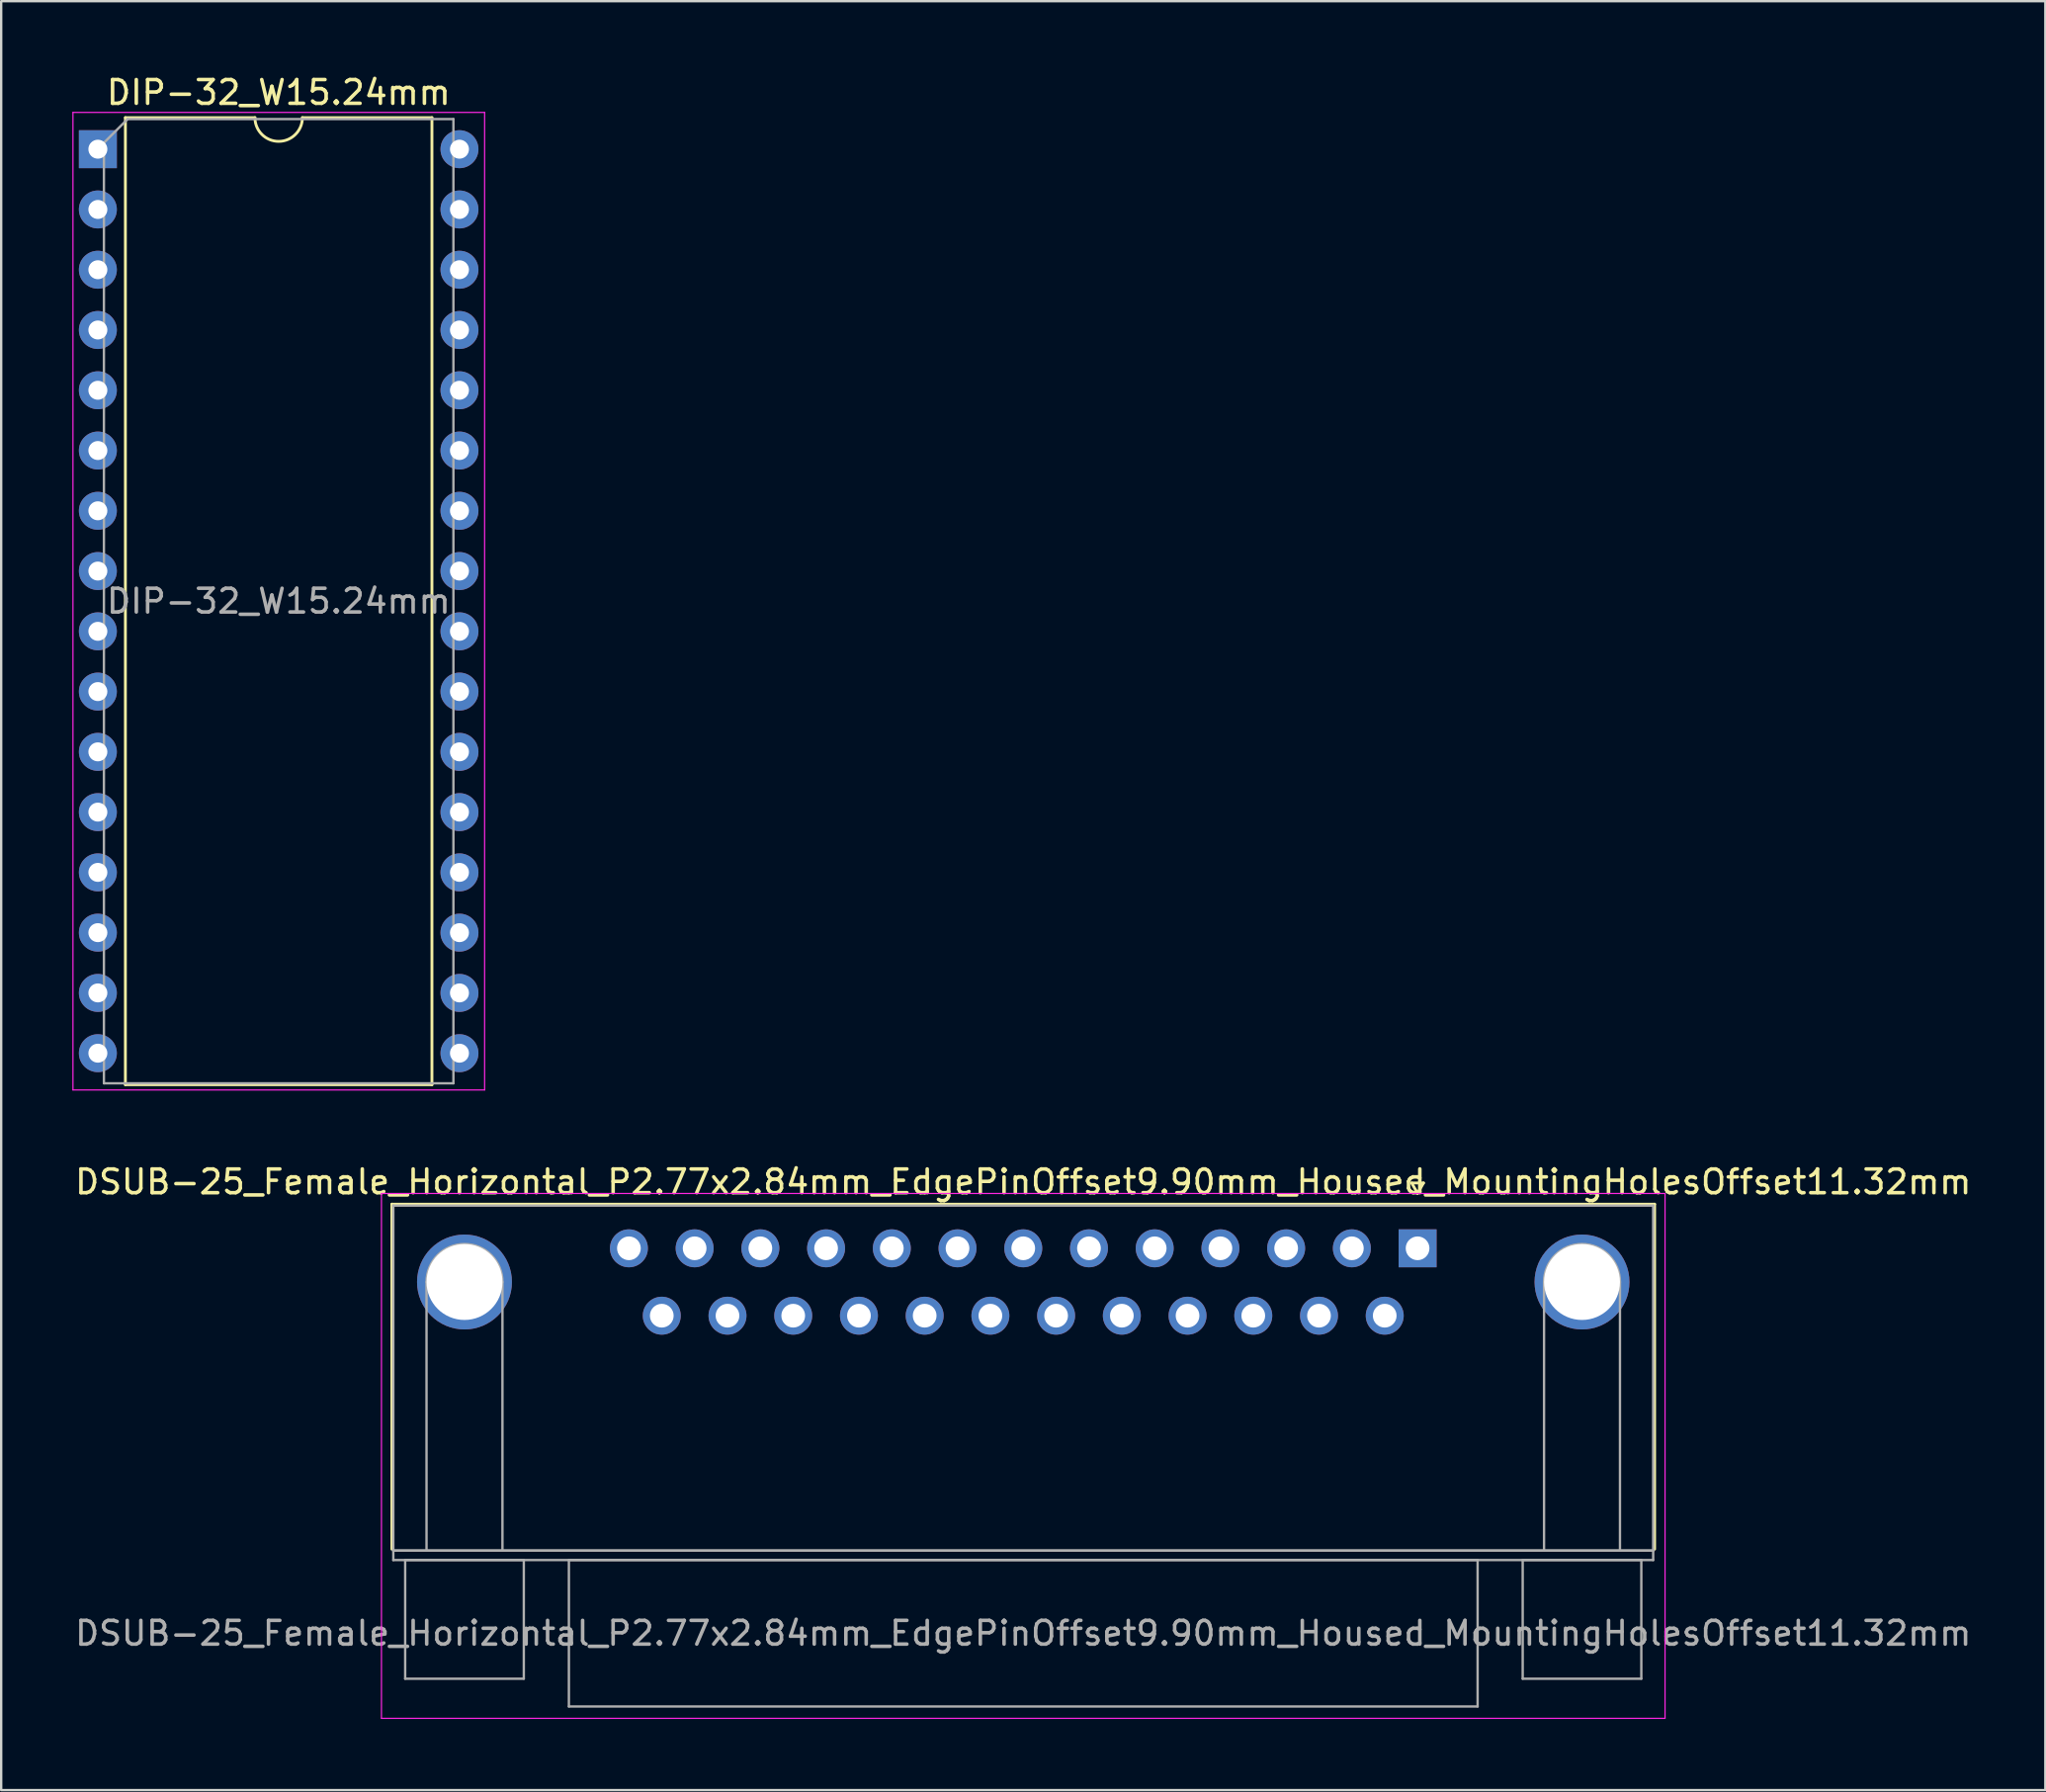
<source format=kicad_pcb>
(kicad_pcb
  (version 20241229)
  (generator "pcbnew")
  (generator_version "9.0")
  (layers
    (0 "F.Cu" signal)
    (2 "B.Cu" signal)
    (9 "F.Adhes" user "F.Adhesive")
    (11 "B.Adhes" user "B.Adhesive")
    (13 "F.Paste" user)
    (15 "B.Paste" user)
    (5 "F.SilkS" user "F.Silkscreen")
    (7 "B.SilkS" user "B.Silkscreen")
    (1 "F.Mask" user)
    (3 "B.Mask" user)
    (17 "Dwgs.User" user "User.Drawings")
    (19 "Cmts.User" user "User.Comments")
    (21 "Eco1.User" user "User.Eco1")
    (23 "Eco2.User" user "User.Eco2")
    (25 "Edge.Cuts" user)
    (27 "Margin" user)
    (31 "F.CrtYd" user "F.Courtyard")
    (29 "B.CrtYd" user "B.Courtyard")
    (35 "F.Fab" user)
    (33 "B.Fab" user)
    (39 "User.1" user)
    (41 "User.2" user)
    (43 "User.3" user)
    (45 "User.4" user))
  (footprint "DSUB-25_Female_Horizontal_P2.77x2.84mm_EdgePinOffset9.90mm_Housed_MountingHolesOffset11.32mm"
    (layer "F.Cu")
    (at 56.697 49.562)
    (property "Reference" "DSUB-25_Female_Horizontal_P2.77x2.84mm_EdgePinOffset9.90mm_Housed_MountingHolesOffset11.32mm" (at -16.62 -2.8 0) (layer "F.SilkS") (effects (font (size 1 1) (thickness 0.15))))
    (attr through_hole)
    (fp_line (start -43.23 -1.86) (end 9.99 -1.86) (stroke (width 0.12) (type solid)) (layer "F.SilkS"))
    (fp_line (start -43.23 12.68) (end -43.23 -1.86) (stroke (width 0.12) (type solid)) (layer "F.SilkS"))
    (fp_line (start -0.25 -2.754) (end 0.25 -2.754) (stroke (width 0.12) (type solid)) (layer "F.SilkS"))
    (fp_line (start 0 -2.321) (end -0.25 -2.754) (stroke (width 0.12) (type solid)) (layer "F.SilkS"))
    (fp_line (start 0.25 -2.754) (end 0 -2.321) (stroke (width 0.12) (type solid)) (layer "F.SilkS"))
    (fp_line (start 9.99 -1.86) (end 9.99 12.68) (stroke (width 0.12) (type solid)) (layer "F.SilkS"))
    (fp_line (start -43.67 -2.31) (end -43.67 19.81) (stroke (width 0.05) (type solid)) (layer "F.CrtYd"))
    (fp_line (start -43.67 19.81) (end 10.43 19.81) (stroke (width 0.05) (type solid)) (layer "F.CrtYd"))
    (fp_line (start 10.43 -2.31) (end -43.67 -2.31) (stroke (width 0.05) (type solid)) (layer "F.CrtYd"))
    (fp_line (start 10.43 19.81) (end 10.43 -2.31) (stroke (width 0.05) (type solid)) (layer "F.CrtYd"))
    (fp_line (start -43.17 -1.8) (end -43.17 12.74) (stroke (width 0.1) (type solid)) (layer "F.Fab"))
    (fp_line (start -43.17 12.74) (end -43.17 13.14) (stroke (width 0.1) (type solid)) (layer "F.Fab"))
    (fp_line (start -43.17 12.74) (end 9.93 12.74) (stroke (width 0.1) (type solid)) (layer "F.Fab"))
    (fp_line (start -43.17 13.14) (end 9.93 13.14) (stroke (width 0.1) (type solid)) (layer "F.Fab"))
    (fp_line (start -42.67 13.14) (end -42.67 18.14) (stroke (width 0.1) (type solid)) (layer "F.Fab"))
    (fp_line (start -42.67 18.14) (end -37.67 18.14) (stroke (width 0.1) (type solid)) (layer "F.Fab"))
    (fp_line (start -41.77 12.74) (end -41.77 1.42) (stroke (width 0.1) (type solid)) (layer "F.Fab"))
    (fp_line (start -38.57 12.74) (end -38.57 1.42) (stroke (width 0.1) (type solid)) (layer "F.Fab"))
    (fp_line (start -37.67 13.14) (end -42.67 13.14) (stroke (width 0.1) (type solid)) (layer "F.Fab"))
    (fp_line (start -37.67 18.14) (end -37.67 13.14) (stroke (width 0.1) (type solid)) (layer "F.Fab"))
    (fp_line (start -35.77 13.14) (end -35.77 19.31) (stroke (width 0.1) (type solid)) (layer "F.Fab"))
    (fp_line (start -35.77 19.31) (end 2.53 19.31) (stroke (width 0.1) (type solid)) (layer "F.Fab"))
    (fp_line (start 2.53 13.14) (end -35.77 13.14) (stroke (width 0.1) (type solid)) (layer "F.Fab"))
    (fp_line (start 2.53 19.31) (end 2.53 13.14) (stroke (width 0.1) (type solid)) (layer "F.Fab"))
    (fp_line (start 4.43 13.14) (end 4.43 18.14) (stroke (width 0.1) (type solid)) (layer "F.Fab"))
    (fp_line (start 4.43 18.14) (end 9.43 18.14) (stroke (width 0.1) (type solid)) (layer "F.Fab"))
    (fp_line (start 5.33 12.74) (end 5.33 1.42) (stroke (width 0.1) (type solid)) (layer "F.Fab"))
    (fp_line (start 8.53 12.74) (end 8.53 1.42) (stroke (width 0.1) (type solid)) (layer "F.Fab"))
    (fp_line (start 9.43 13.14) (end 4.43 13.14) (stroke (width 0.1) (type solid)) (layer "F.Fab"))
    (fp_line (start 9.43 18.14) (end 9.43 13.14) (stroke (width 0.1) (type solid)) (layer "F.Fab"))
    (fp_line (start 9.93 -1.8) (end -43.17 -1.8) (stroke (width 0.1) (type solid)) (layer "F.Fab"))
    (fp_line (start 9.93 12.74) (end -43.17 12.74) (stroke (width 0.1) (type solid)) (layer "F.Fab"))
    (fp_line (start 9.93 12.74) (end 9.93 -1.8) (stroke (width 0.1) (type solid)) (layer "F.Fab"))
    (fp_line (start 9.93 13.14) (end 9.93 12.74) (stroke (width 0.1) (type solid)) (layer "F.Fab"))
    (fp_arc (start -41.77 1.42) (mid -40.17 -0.18) (end -38.57 1.42) (stroke (width 0.1) (type solid)) (layer "F.Fab"))
    (fp_arc (start 5.33 1.42) (mid 6.93 -0.18) (end 8.53 1.42) (stroke (width 0.1) (type solid)) (layer "F.Fab"))
    (fp_text user "${REFERENCE}" (at -16.62 16.225 0) (layer "F.Fab") (effects (font (size 1 1) (thickness 0.15))))
    (pad "0" thru_hole circle (at -40.17 1.42) (size 4 4) (drill 3.2) (layers "*.Cu" "*.Mask"))
    (pad "0" thru_hole circle (at 6.93 1.42) (size 4 4) (drill 3.2) (layers "*.Cu" "*.Mask"))
    (pad "1" thru_hole rect (at 0 0) (size 1.6 1.6) (drill 1) (layers "*.Cu" "*.Mask"))
    (pad "2" thru_hole circle (at -2.77 0) (size 1.6 1.6) (drill 1) (layers "*.Cu" "*.Mask"))
    (pad "3" thru_hole circle (at -5.54 0) (size 1.6 1.6) (drill 1) (layers "*.Cu" "*.Mask"))
    (pad "4" thru_hole circle (at -8.31 0) (size 1.6 1.6) (drill 1) (layers "*.Cu" "*.Mask"))
    (pad "5" thru_hole circle (at -11.08 0) (size 1.6 1.6) (drill 1) (layers "*.Cu" "*.Mask"))
    (pad "6" thru_hole circle (at -13.85 0) (size 1.6 1.6) (drill 1) (layers "*.Cu" "*.Mask"))
    (pad "7" thru_hole circle (at -16.62 0) (size 1.6 1.6) (drill 1) (layers "*.Cu" "*.Mask"))
    (pad "8" thru_hole circle (at -19.39 0) (size 1.6 1.6) (drill 1) (layers "*.Cu" "*.Mask"))
    (pad "9" thru_hole circle (at -22.16 0) (size 1.6 1.6) (drill 1) (layers "*.Cu" "*.Mask"))
    (pad "10" thru_hole circle (at -24.93 0) (size 1.6 1.6) (drill 1) (layers "*.Cu" "*.Mask"))
    (pad "11" thru_hole circle (at -27.7 0) (size 1.6 1.6) (drill 1) (layers "*.Cu" "*.Mask"))
    (pad "12" thru_hole circle (at -30.47 0) (size 1.6 1.6) (drill 1) (layers "*.Cu" "*.Mask"))
    (pad "13" thru_hole circle (at -33.24 0) (size 1.6 1.6) (drill 1) (layers "*.Cu" "*.Mask"))
    (pad "14" thru_hole circle (at -1.385 2.84) (size 1.6 1.6) (drill 1) (layers "*.Cu" "*.Mask"))
    (pad "15" thru_hole circle (at -4.155 2.84) (size 1.6 1.6) (drill 1) (layers "*.Cu" "*.Mask"))
    (pad "16" thru_hole circle (at -6.925 2.84) (size 1.6 1.6) (drill 1) (layers "*.Cu" "*.Mask"))
    (pad "17" thru_hole circle (at -9.695 2.84) (size 1.6 1.6) (drill 1) (layers "*.Cu" "*.Mask"))
    (pad "18" thru_hole circle (at -12.465 2.84) (size 1.6 1.6) (drill 1) (layers "*.Cu" "*.Mask"))
    (pad "19" thru_hole circle (at -15.235 2.84) (size 1.6 1.6) (drill 1) (layers "*.Cu" "*.Mask"))
    (pad "20" thru_hole circle (at -18.005 2.84) (size 1.6 1.6) (drill 1) (layers "*.Cu" "*.Mask"))
    (pad "21" thru_hole circle (at -20.775 2.84) (size 1.6 1.6) (drill 1) (layers "*.Cu" "*.Mask"))
    (pad "22" thru_hole circle (at -23.545 2.84) (size 1.6 1.6) (drill 1) (layers "*.Cu" "*.Mask"))
    (pad "23" thru_hole circle (at -26.315 2.84) (size 1.6 1.6) (drill 1) (layers "*.Cu" "*.Mask"))
    (pad "24" thru_hole circle (at -29.085 2.84) (size 1.6 1.6) (drill 1) (layers "*.Cu" "*.Mask"))
    (pad "25" thru_hole circle (at -31.855 2.84) (size 1.6 1.6) (drill 1) (layers "*.Cu" "*.Mask")))
  (footprint "DIP-32_W15.24mm"
    (layer "F.Cu")
    (at 1.075 3.238)
    (property "Reference" "DIP-32_W15.24mm" (at 7.62 -2.39 0) (layer "F.SilkS") (effects (font (size 1 1) (thickness 0.15))))
    (attr through_hole)
    (fp_line (start 1.16 -1.33) (end 1.16 39.43) (stroke (width 0.12) (type solid)) (layer "F.SilkS"))
    (fp_line (start 1.16 39.43) (end 14.08 39.43) (stroke (width 0.12) (type solid)) (layer "F.SilkS"))
    (fp_line (start 6.62 -1.33) (end 1.16 -1.33) (stroke (width 0.12) (type solid)) (layer "F.SilkS"))
    (fp_line (start 14.08 -1.33) (end 8.62 -1.33) (stroke (width 0.12) (type solid)) (layer "F.SilkS"))
    (fp_line (start 14.08 39.43) (end 14.08 -1.33) (stroke (width 0.12) (type solid)) (layer "F.SilkS"))
    (fp_arc (start 8.62 -1.33) (mid 7.62 -0.33) (end 6.62 -1.33) (stroke (width 0.12) (type solid)) (layer "F.SilkS"))
    (fp_line (start -1.05 -1.55) (end -1.05 39.65) (stroke (width 0.05) (type solid)) (layer "F.CrtYd"))
    (fp_line (start -1.05 39.65) (end 16.3 39.65) (stroke (width 0.05) (type solid)) (layer "F.CrtYd"))
    (fp_line (start 16.3 -1.55) (end -1.05 -1.55) (stroke (width 0.05) (type solid)) (layer "F.CrtYd"))
    (fp_line (start 16.3 39.65) (end 16.3 -1.55) (stroke (width 0.05) (type solid)) (layer "F.CrtYd"))
    (fp_line (start 0.255 -0.27) (end 1.255 -1.27) (stroke (width 0.1) (type solid)) (layer "F.Fab"))
    (fp_line (start 0.255 39.37) (end 0.255 -0.27) (stroke (width 0.1) (type solid)) (layer "F.Fab"))
    (fp_line (start 1.255 -1.27) (end 14.985 -1.27) (stroke (width 0.1) (type solid)) (layer "F.Fab"))
    (fp_line (start 14.985 -1.27) (end 14.985 39.37) (stroke (width 0.1) (type solid)) (layer "F.Fab"))
    (fp_line (start 14.985 39.37) (end 0.255 39.37) (stroke (width 0.1) (type solid)) (layer "F.Fab"))
    (fp_text user "${REFERENCE}" (at 7.62 19.05 0) (layer "F.Fab") (effects (font (size 1 1) (thickness 0.15))))
    (pad "1" thru_hole rect (at 0 0) (size 1.6 1.6) (drill 0.8) (layers "*.Cu" "*.Mask"))
    (pad "2" thru_hole oval (at 0 2.54) (size 1.6 1.6) (drill 0.8) (layers "*.Cu" "*.Mask"))
    (pad "3" thru_hole oval (at 0 5.08) (size 1.6 1.6) (drill 0.8) (layers "*.Cu" "*.Mask"))
    (pad "4" thru_hole oval (at 0 7.62) (size 1.6 1.6) (drill 0.8) (layers "*.Cu" "*.Mask"))
    (pad "5" thru_hole oval (at 0 10.16) (size 1.6 1.6) (drill 0.8) (layers "*.Cu" "*.Mask"))
    (pad "6" thru_hole oval (at 0 12.7) (size 1.6 1.6) (drill 0.8) (layers "*.Cu" "*.Mask"))
    (pad "7" thru_hole oval (at 0 15.24) (size 1.6 1.6) (drill 0.8) (layers "*.Cu" "*.Mask"))
    (pad "8" thru_hole oval (at 0 17.78) (size 1.6 1.6) (drill 0.8) (layers "*.Cu" "*.Mask"))
    (pad "9" thru_hole oval (at 0 20.32) (size 1.6 1.6) (drill 0.8) (layers "*.Cu" "*.Mask"))
    (pad "10" thru_hole oval (at 0 22.86) (size 1.6 1.6) (drill 0.8) (layers "*.Cu" "*.Mask"))
    (pad "11" thru_hole oval (at 0 25.4) (size 1.6 1.6) (drill 0.8) (layers "*.Cu" "*.Mask"))
    (pad "12" thru_hole oval (at 0 27.94) (size 1.6 1.6) (drill 0.8) (layers "*.Cu" "*.Mask"))
    (pad "13" thru_hole oval (at 0 30.48) (size 1.6 1.6) (drill 0.8) (layers "*.Cu" "*.Mask"))
    (pad "14" thru_hole oval (at 0 33.02) (size 1.6 1.6) (drill 0.8) (layers "*.Cu" "*.Mask"))
    (pad "15" thru_hole oval (at 0 35.56) (size 1.6 1.6) (drill 0.8) (layers "*.Cu" "*.Mask"))
    (pad "16" thru_hole oval (at 0 38.1) (size 1.6 1.6) (drill 0.8) (layers "*.Cu" "*.Mask"))
    (pad "17" thru_hole oval (at 15.24 38.1) (size 1.6 1.6) (drill 0.8) (layers "*.Cu" "*.Mask"))
    (pad "18" thru_hole oval (at 15.24 35.56) (size 1.6 1.6) (drill 0.8) (layers "*.Cu" "*.Mask"))
    (pad "19" thru_hole oval (at 15.24 33.02) (size 1.6 1.6) (drill 0.8) (layers "*.Cu" "*.Mask"))
    (pad "20" thru_hole oval (at 15.24 30.48) (size 1.6 1.6) (drill 0.8) (layers "*.Cu" "*.Mask"))
    (pad "21" thru_hole oval (at 15.24 27.94) (size 1.6 1.6) (drill 0.8) (layers "*.Cu" "*.Mask"))
    (pad "22" thru_hole oval (at 15.24 25.4) (size 1.6 1.6) (drill 0.8) (layers "*.Cu" "*.Mask"))
    (pad "23" thru_hole oval (at 15.24 22.86) (size 1.6 1.6) (drill 0.8) (layers "*.Cu" "*.Mask"))
    (pad "24" thru_hole oval (at 15.24 20.32) (size 1.6 1.6) (drill 0.8) (layers "*.Cu" "*.Mask"))
    (pad "25" thru_hole oval (at 15.24 17.78) (size 1.6 1.6) (drill 0.8) (layers "*.Cu" "*.Mask"))
    (pad "26" thru_hole oval (at 15.24 15.24) (size 1.6 1.6) (drill 0.8) (layers "*.Cu" "*.Mask"))
    (pad "27" thru_hole oval (at 15.24 12.7) (size 1.6 1.6) (drill 0.8) (layers "*.Cu" "*.Mask"))
    (pad "28" thru_hole oval (at 15.24 10.16) (size 1.6 1.6) (drill 0.8) (layers "*.Cu" "*.Mask"))
    (pad "29" thru_hole oval (at 15.24 7.62) (size 1.6 1.6) (drill 0.8) (layers "*.Cu" "*.Mask"))
    (pad "30" thru_hole oval (at 15.24 5.08) (size 1.6 1.6) (drill 0.8) (layers "*.Cu" "*.Mask"))
    (pad "31" thru_hole oval (at 15.24 2.54) (size 1.6 1.6) (drill 0.8) (layers "*.Cu" "*.Mask"))
    (pad "32" thru_hole oval (at 15.24 0) (size 1.6 1.6) (drill 0.8) (layers "*.Cu" "*.Mask")))
  (gr_rect
    (start -3 -3)
    (end 83.155 72.397)
    (stroke (width 0.1) (type default))
    (fill no)
    (layer "Edge.Cuts")))
</source>
